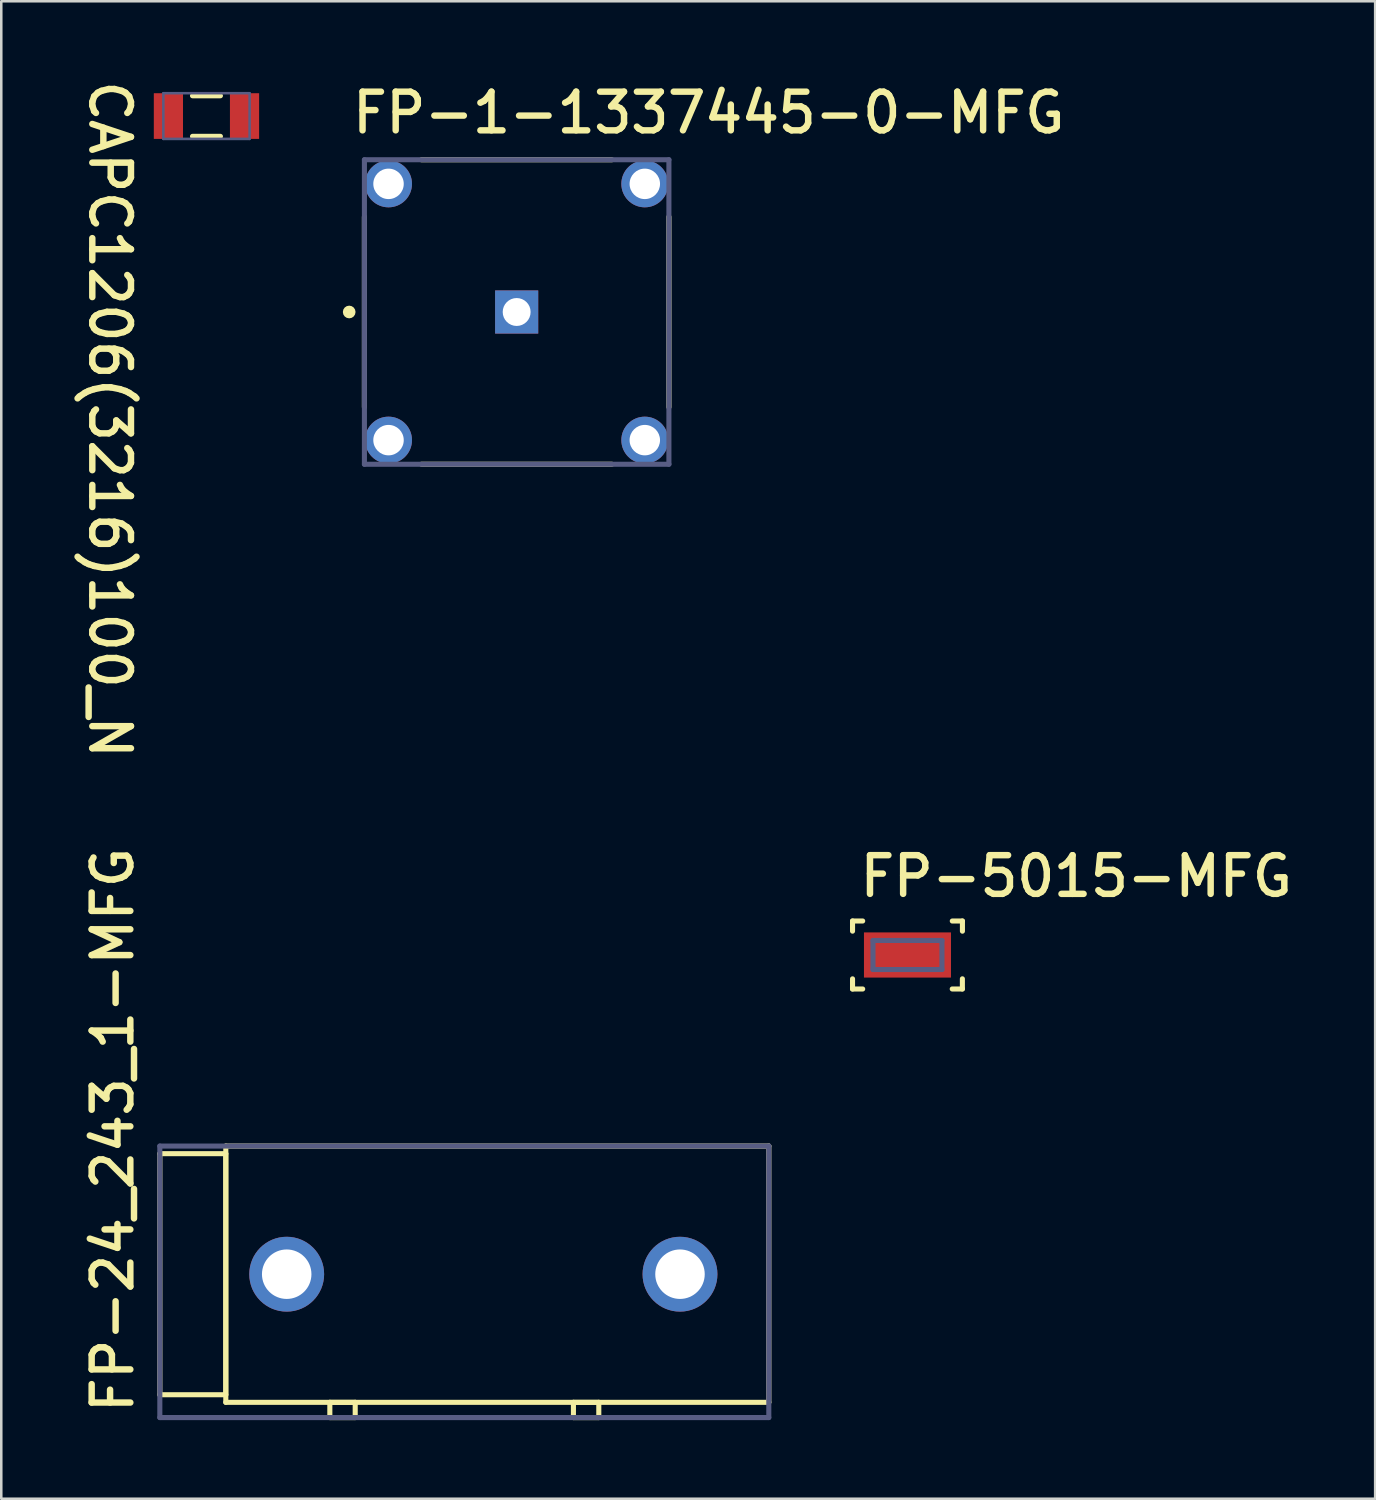
<source format=kicad_pcb>
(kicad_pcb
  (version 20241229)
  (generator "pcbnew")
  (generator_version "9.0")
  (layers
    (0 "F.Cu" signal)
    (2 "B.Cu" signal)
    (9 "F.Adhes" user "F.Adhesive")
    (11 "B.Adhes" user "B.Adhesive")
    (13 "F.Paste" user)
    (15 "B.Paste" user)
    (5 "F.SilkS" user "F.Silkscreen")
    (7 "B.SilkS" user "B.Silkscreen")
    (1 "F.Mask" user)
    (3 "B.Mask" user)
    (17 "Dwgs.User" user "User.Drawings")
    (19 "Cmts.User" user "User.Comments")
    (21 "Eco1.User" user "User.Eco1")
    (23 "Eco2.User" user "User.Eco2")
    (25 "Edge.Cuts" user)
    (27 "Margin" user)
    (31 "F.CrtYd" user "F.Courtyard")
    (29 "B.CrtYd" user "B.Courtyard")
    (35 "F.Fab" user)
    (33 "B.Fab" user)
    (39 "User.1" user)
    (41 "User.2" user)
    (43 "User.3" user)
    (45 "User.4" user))
  (footprint "CAPC1206(3216)100_N"
    (layer "F.Cu")
    (at 5.087 1.524)
    (property "Reference" "CAPC1206(3216)100_N" (at -4.699 -1.524 270) (unlocked yes) (layer "F.SilkS") (effects (font (size 1.524 1.524) (thickness 0.254)) (justify left bottom)))
    (fp_line (start -0.55 -0.8) (end 0.55 -0.8) (stroke (width 0.2) (type solid)) (layer "F.SilkS"))
    (fp_line (start -0.55 0.8) (end 0.55 0.8) (stroke (width 0.2) (type solid)) (layer "F.SilkS"))
    (fp_line (start -2.35 -1.15) (end -2.35 1.15) (stroke (width 0.05) (type solid)) (layer "Eco1.User"))
    (fp_line (start -2.35 -1.15) (end 2.35 -1.15) (stroke (width 0.05) (type solid)) (layer "Eco1.User"))
    (fp_line (start -2.35 1.15) (end 2.35 1.15) (stroke (width 0.05) (type solid)) (layer "Eco1.User"))
    (fp_line (start -0.5 -0.000003) (end 0.5 -0.000003) (stroke (width 0.1) (type solid)) (layer "Eco1.User"))
    (fp_line (start 0 -0.5) (end 0 0.5) (stroke (width 0.1) (type solid)) (layer "Eco1.User"))
    (fp_line (start 2.35 -1.15) (end 2.35 1.15) (stroke (width 0.05) (type solid)) (layer "Eco1.User"))
    (fp_line (start -1.7 -0.9) (end -1.7 0.9) (stroke (width 0.1) (type solid)) (layer "B.Fab"))
    (fp_line (start -1.7 -0.9) (end 1.7 -0.9) (stroke (width 0.1) (type solid)) (layer "B.Fab"))
    (fp_line (start -1.7 0.9) (end 1.7 0.9) (stroke (width 0.1) (type solid)) (layer "B.Fab"))
    (fp_line (start 1.7 -0.9) (end 1.7 0.9) (stroke (width 0.1) (type solid)) (layer "B.Fab"))
    (pad "1" smd rect (at -1.5 -0.000003 90) (size 1.8 1.15) (layers "F.Cu" "F.Mask" "F.Paste"))
    (pad "2" smd rect (at 1.5 -0.000003 90) (size 1.8 1.15) (layers "F.Cu" "F.Mask" "F.Paste")))
  (footprint "FP-5015-MFG"
    (layer "F.Cu")
    (at 32.714 34.587)
    (property "Reference" "FP-5015-MFG" (at -2.007 -2.21 0) (unlocked yes) (layer "F.SilkS") (effects (font (size 1.524 1.524) (thickness 0.254)) (justify left bottom)))
    (fp_line (start -2.165 1.34) (end -2.165 0.94) (stroke (width 0.2) (type solid)) (layer "F.SilkS"))
    (fp_line (start -2.165 1.34) (end -1.765 1.34) (stroke (width 0.2) (type solid)) (layer "F.SilkS"))
    (fp_line (start -2.165 -1.34) (end -1.765 -1.34) (stroke (width 0.2) (type solid)) (layer "F.SilkS"))
    (fp_line (start -2.165 -0.94) (end -2.165 -1.34) (stroke (width 0.2) (type solid)) (layer "F.SilkS"))
    (fp_line (start 1.764 1.339) (end 2.164 1.339) (stroke (width 0.2) (type solid)) (layer "F.SilkS"))
    (fp_line (start 1.766 -1.339) (end 2.166 -1.339) (stroke (width 0.2) (type solid)) (layer "F.SilkS"))
    (fp_line (start 2.164 1.339) (end 2.164 0.939) (stroke (width 0.2) (type solid)) (layer "F.SilkS"))
    (fp_line (start 2.166 -0.939) (end 2.166 -1.339) (stroke (width 0.2) (type solid)) (layer "F.SilkS"))
    (fp_line (start -1.815 -0.99) (end 1.815 -0.99) (stroke (width 0.2) (type solid)) (layer "Eco1.User"))
    (fp_line (start -1.815 0.99) (end -1.815 -0.99) (stroke (width 0.2) (type solid)) (layer "Eco1.User"))
    (fp_line (start -1.815 0.99) (end 1.815 0.99) (stroke (width 0.2) (type solid)) (layer "Eco1.User"))
    (fp_line (start -0.5 0) (end 0.5 0) (stroke (width 0.1) (type solid)) (layer "Eco1.User"))
    (fp_line (start 0 0.5) (end 0 -0.5) (stroke (width 0.1) (type solid)) (layer "Eco1.User"))
    (fp_line (start 1.815 0.99) (end 1.815 -0.99) (stroke (width 0.2) (type solid)) (layer "Eco1.User"))
    (fp_line (start -1.359 -0.572) (end 1.359 -0.572) (stroke (width 0.2) (type solid)) (layer "B.Fab"))
    (fp_line (start -1.359 0.572) (end -1.359 -0.572) (stroke (width 0.2) (type solid)) (layer "B.Fab"))
    (fp_line (start -1.359 0.572) (end 1.359 0.572) (stroke (width 0.2) (type solid)) (layer "B.Fab"))
    (fp_line (start 1.359 0.572) (end 1.359 -0.572) (stroke (width 0.2) (type solid)) (layer "B.Fab"))
    (fp_line (start -1.815 -0.99) (end 1.815 -0.99) (stroke (width 0.2) (type solid)) (layer "User.5"))
    (fp_line (start -1.815 0.99) (end -1.815 -0.99) (stroke (width 0.2) (type solid)) (layer "User.5"))
    (fp_line (start -1.815 0.99) (end 1.815 0.99) (stroke (width 0.2) (type solid)) (layer "User.5"))
    (fp_line (start 1.815 0.99) (end 1.815 -0.99) (stroke (width 0.2) (type solid)) (layer "User.5"))
    (fp_text user "${REFERENCE}" (at -0.002 0.178 0) (unlocked yes) (layer "User.5") (effects (font (size 0.5 0.5) (thickness 0.1)) (justify left bottom)))
    (pad "1" smd rect (at 0 0) (size 3.43 1.78) (layers "F.Cu" "F.Mask" "F.Paste")))
  (footprint "FP-1-1337445-0-MFG"
    (layer "F.Cu")
    (at 17.312 9.246)
    (property "Reference" "FP-1-1337445-0-MFG" (at -6.604 -6.96 0) (unlocked yes) (layer "F.SilkS") (effects (font (size 1.524 1.524) (thickness 0.254)) (justify left bottom)))
    (fp_line (start -6 3.75) (end -6 -3.75) (stroke (width 0.2) (type solid)) (layer "F.SilkS"))
    (fp_line (start -3.75 -6) (end 3.75 -6) (stroke (width 0.2) (type solid)) (layer "F.SilkS"))
    (fp_line (start -3.75 6) (end 3.75 6) (stroke (width 0.2) (type solid)) (layer "F.SilkS"))
    (fp_line (start 6 3.75) (end 6 -3.75) (stroke (width 0.2) (type solid)) (layer "F.SilkS"))
    (fp_circle (center -6.6 0) (end -6.6 -0.125) (stroke (width 0.25) (type solid)) (fill no) (layer "F.SilkS"))
    (fp_line (start -6.1 -6.1) (end 6.1 -6.1) (stroke (width 0.2) (type solid)) (layer "Eco1.User"))
    (fp_line (start -6.1 6.1) (end -6.1 -6.1) (stroke (width 0.2) (type solid)) (layer "Eco1.User"))
    (fp_line (start -6.1 6.1) (end 6.1 6.1) (stroke (width 0.2) (type solid)) (layer "Eco1.User"))
    (fp_line (start -0.5 0) (end 0.5 0) (stroke (width 0.1) (type solid)) (layer "Eco1.User"))
    (fp_line (start 0 0.5) (end 0 -0.5) (stroke (width 0.1) (type solid)) (layer "Eco1.User"))
    (fp_line (start 6.1 6.1) (end 6.1 -6.1) (stroke (width 0.2) (type solid)) (layer "Eco1.User"))
    (fp_line (start -6 -6) (end 6 -6) (stroke (width 0.2) (type solid)) (layer "B.Fab"))
    (fp_line (start -6 6) (end -6 -6) (stroke (width 0.2) (type solid)) (layer "B.Fab"))
    (fp_line (start -6 6) (end 6 6) (stroke (width 0.2) (type solid)) (layer "B.Fab"))
    (fp_line (start 6 6) (end 6 -6) (stroke (width 0.2) (type solid)) (layer "B.Fab"))
    (fp_line (start -6.1 -6.1) (end 6.1 -6.1) (stroke (width 0.2) (type solid)) (layer "User.5"))
    (fp_line (start -6.1 6.1) (end -6.1 -6.1) (stroke (width 0.2) (type solid)) (layer "User.5"))
    (fp_line (start -6.1 6.1) (end 6.1 6.1) (stroke (width 0.2) (type solid)) (layer "User.5"))
    (fp_line (start 6.1 6.1) (end 6.1 -6.1) (stroke (width 0.2) (type solid)) (layer "User.5"))
    (fp_text user "${REFERENCE}" (at -0.002 -0.011 0) (unlocked yes) (layer "User.5") (effects (font (size 0.5 0.5) (thickness 0.1)) (justify left bottom)))
    (pad "1" thru_hole rect (at 0 0) (size 1.7 1.7) (drill 1.1) (layers "*.Cu" "*.Mask"))
    (pad "2" thru_hole circle (at -5.05 -5.05) (size 1.85 1.85) (drill 1.2) (layers "*.Cu" "*.Mask"))
    (pad "3" thru_hole circle (at 5.05 -5.05) (size 1.85 1.85) (drill 1.2) (layers "*.Cu" "*.Mask"))
    (pad "4" thru_hole circle (at -5.05 5.05) (size 1.85 1.85) (drill 1.2) (layers "*.Cu" "*.Mask"))
    (pad "5" thru_hole circle (at 5.05 5.05) (size 1.85 1.85) (drill 1.2) (layers "*.Cu" "*.Mask")))
  (footprint "FP-24_243_1-MFG"
    (layer "F.Cu")
    (at 15.249 47.467)
    (property "Reference" "FP-24_243_1-MFG" (at -12.963 5.288 90) (unlocked yes) (layer "F.SilkS") (effects (font (size 1.524 1.524) (thickness 0.254)) (justify left bottom)))
    (fp_line (start -12 4.45) (end -12 -5.05) (stroke (width 0.2) (type solid)) (layer "F.SilkS"))
    (fp_line (start -9.4 -5.05) (end -12 -5.05) (stroke (width 0.2) (type solid)) (layer "F.SilkS"))
    (fp_line (start -9.4 4.45) (end -12 4.45) (stroke (width 0.2) (type solid)) (layer "F.SilkS"))
    (fp_line (start -9.4 4.45) (end -9.4 -5.05) (stroke (width 0.2) (type solid)) (layer "F.SilkS"))
    (fp_line (start -9.4 4.75) (end -9.4 -5.35) (stroke (width 0.2) (type solid)) (layer "F.SilkS"))
    (fp_line (start -5.3 5.35) (end -5.3 4.75) (stroke (width 0.2) (type solid)) (layer "F.SilkS"))
    (fp_line (start -4.3 4.75) (end -5.3 4.75) (stroke (width 0.2) (type solid)) (layer "F.SilkS"))
    (fp_line (start -4.3 5.35) (end -5.3 5.35) (stroke (width 0.2) (type solid)) (layer "F.SilkS"))
    (fp_line (start -4.3 5.35) (end -4.3 4.75) (stroke (width 0.2) (type solid)) (layer "F.SilkS"))
    (fp_line (start 4.3 5.35) (end 4.3 4.75) (stroke (width 0.2) (type solid)) (layer "F.SilkS"))
    (fp_line (start 5.3 4.75) (end 4.3 4.75) (stroke (width 0.2) (type solid)) (layer "F.SilkS"))
    (fp_line (start 5.3 5.35) (end 4.3 5.35) (stroke (width 0.2) (type solid)) (layer "F.SilkS"))
    (fp_line (start 5.3 5.35) (end 5.3 4.75) (stroke (width 0.2) (type solid)) (layer "F.SilkS"))
    (fp_line (start 12 -5.35) (end -9.4 -5.35) (stroke (width 0.2) (type solid)) (layer "F.SilkS"))
    (fp_line (start 12 4.75) (end -9.4 4.75) (stroke (width 0.2) (type solid)) (layer "F.SilkS"))
    (fp_line (start 12 4.75) (end 12 -5.35) (stroke (width 0.2) (type solid)) (layer "F.SilkS"))
    (fp_line (start -12.1 5.45) (end -12.1 -5.45) (stroke (width 0.2) (type solid)) (layer "Eco1.User"))
    (fp_line (start 0 0.5) (end 0 -0.5) (stroke (width 0.1) (type solid)) (layer "Eco1.User"))
    (fp_line (start 0.5 0) (end -0.5 0) (stroke (width 0.1) (type solid)) (layer "Eco1.User"))
    (fp_line (start 12.1 -5.45) (end -12.1 -5.45) (stroke (width 0.2) (type solid)) (layer "Eco1.User"))
    (fp_line (start 12.1 5.45) (end -12.1 5.45) (stroke (width 0.2) (type solid)) (layer "Eco1.User"))
    (fp_line (start 12.1 5.45) (end 12.1 -5.45) (stroke (width 0.2) (type solid)) (layer "Eco1.User"))
    (fp_line (start -12 5.35) (end -12 -5.35) (stroke (width 0.2) (type solid)) (layer "B.Fab"))
    (fp_line (start 12 -5.35) (end -12 -5.35) (stroke (width 0.2) (type solid)) (layer "B.Fab"))
    (fp_line (start 12 5.35) (end -12 5.35) (stroke (width 0.2) (type solid)) (layer "B.Fab"))
    (fp_line (start 12 5.35) (end 12 -5.35) (stroke (width 0.2) (type solid)) (layer "B.Fab"))
    (fp_line (start -12.1 5.45) (end -12.1 -5.45) (stroke (width 0.2) (type solid)) (layer "User.5"))
    (fp_line (start 12.1 -5.45) (end -12.1 -5.45) (stroke (width 0.2) (type solid)) (layer "User.5"))
    (fp_line (start 12.1 5.45) (end -12.1 5.45) (stroke (width 0.2) (type solid)) (layer "User.5"))
    (fp_line (start 12.1 5.45) (end 12.1 -5.45) (stroke (width 0.2) (type solid)) (layer "User.5"))
    (fp_text user "${REFERENCE}" (at -0.002 -0.011 0) (unlocked yes) (layer "User.5") (effects (font (size 0.5 0.5) (thickness 0.1)) (justify left bottom)))
    (pad "1" thru_hole circle (at -7 -0.3) (size 2.95 2.95) (drill 1.95) (layers "*.Cu" "*.Mask"))
    (pad "1" thru_hole circle (at 8.5 -0.3) (size 2.95 2.95) (drill 1.95) (layers "*.Cu" "*.Mask")))
  (gr_rect
    (start -3 -3)
    (end 51.146 56.017)
    (stroke (width 0.1) (type default))
    (fill no)
    (layer "Edge.Cuts")))
</source>
